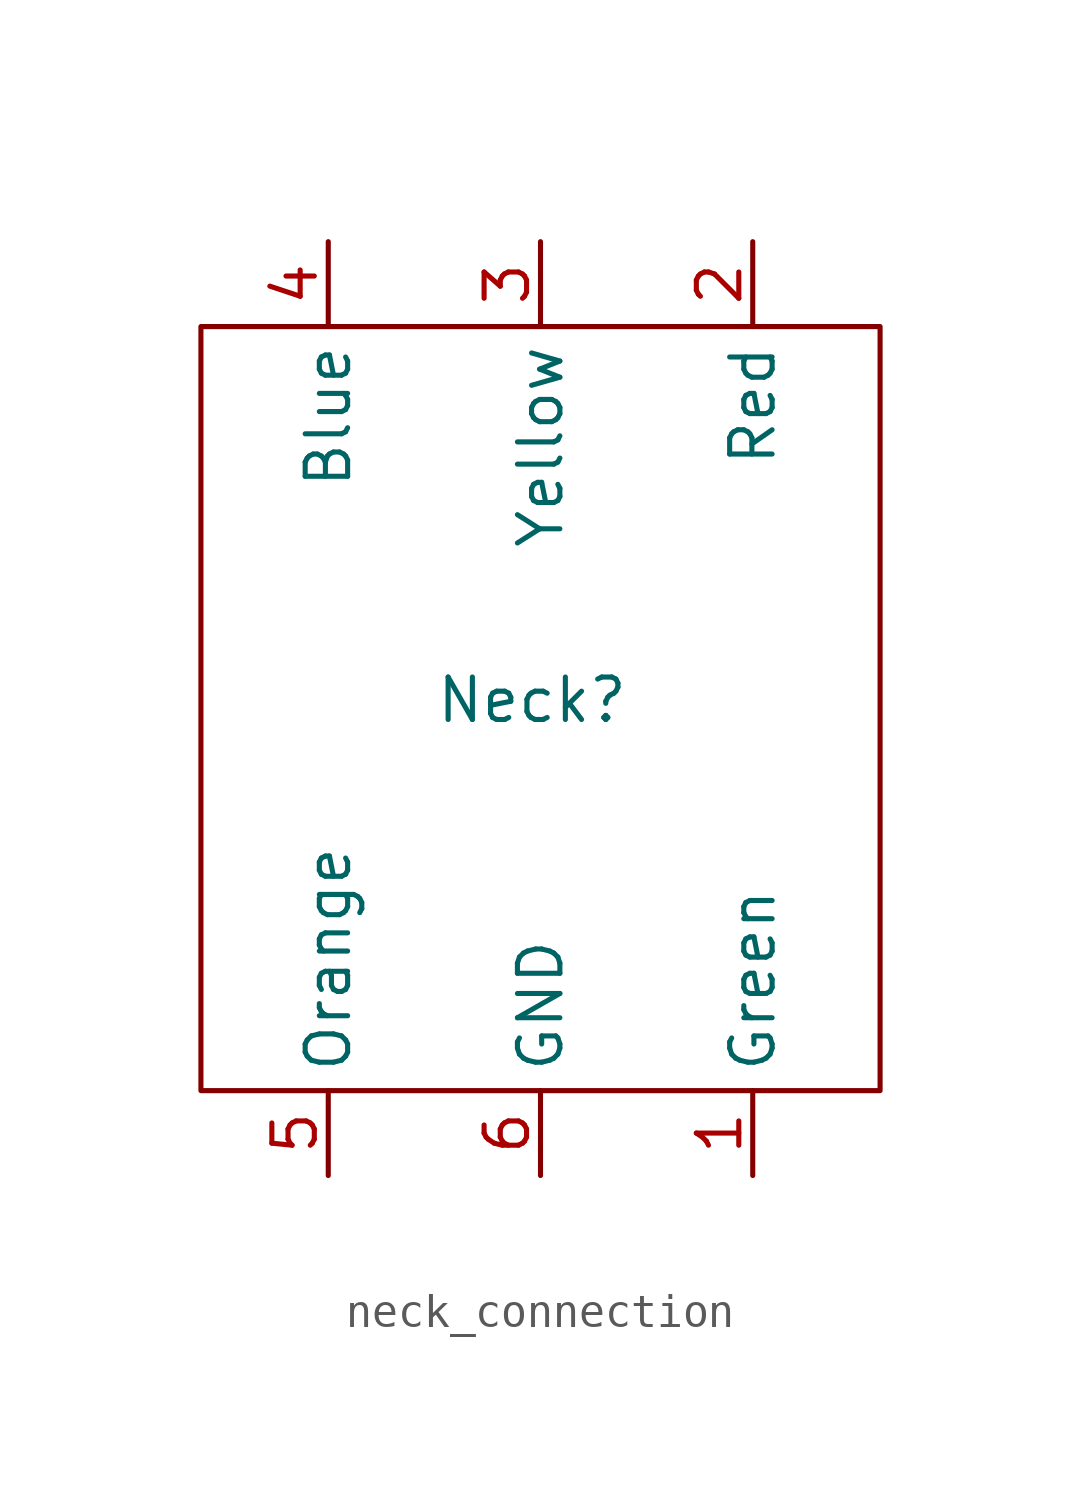
<source format=kicad_sym>
(kicad_symbol_lib
  (version 20241209)
  (generator "kicad_symbol_editor")
  (generator_version "9.0")
  (symbol "neck_connection"
    (property "Reference" "Neck"
      (at -0.254 14.224 0)
      (effects (font (size 1.27 1.27))))
    (property "Value" ""
      (at 0 0 0)
      (effects (font (size 1.27 1.27))))
    (symbol "neck_connection_0_1"
      (rectangle (start -10.16 25.4) (end 10.16 2.54) (stroke (width 0) (type default)) (fill (type none))))
    (symbol "neck_connection_1_1"
      (pin input line (at -6.35 27.94 270) (length 2.54) (name "Blue" (effects (font (size 1.27 1.27)))) (number "4" (effects (font (size 1.27 1.27)))))
      (pin input line (at -6.35 0 90) (length 2.54) (name "Orange" (effects (font (size 1.27 1.27)))) (number "5" (effects (font (size 1.27 1.27)))))
      (pin input line (at 0 27.94 270) (length 2.54) (name "Yellow" (effects (font (size 1.27 1.27)))) (number "3" (effects (font (size 1.27 1.27)))))
      (pin input line (at 0 0 90) (length 2.54) (name "GND" (effects (font (size 1.27 1.27)))) (number "6" (effects (font (size 1.27 1.27)))))
      (pin input line (at 6.35 27.94 270) (length 2.54) (name "Red" (effects (font (size 1.27 1.27)))) (number "2" (effects (font (size 1.27 1.27)))))
      (pin input line (at 6.35 0 90) (length 2.54) (name "Green" (effects (font (size 1.27 1.27)))) (number "1" (effects (font (size 1.27 1.27))))))))
</source>
